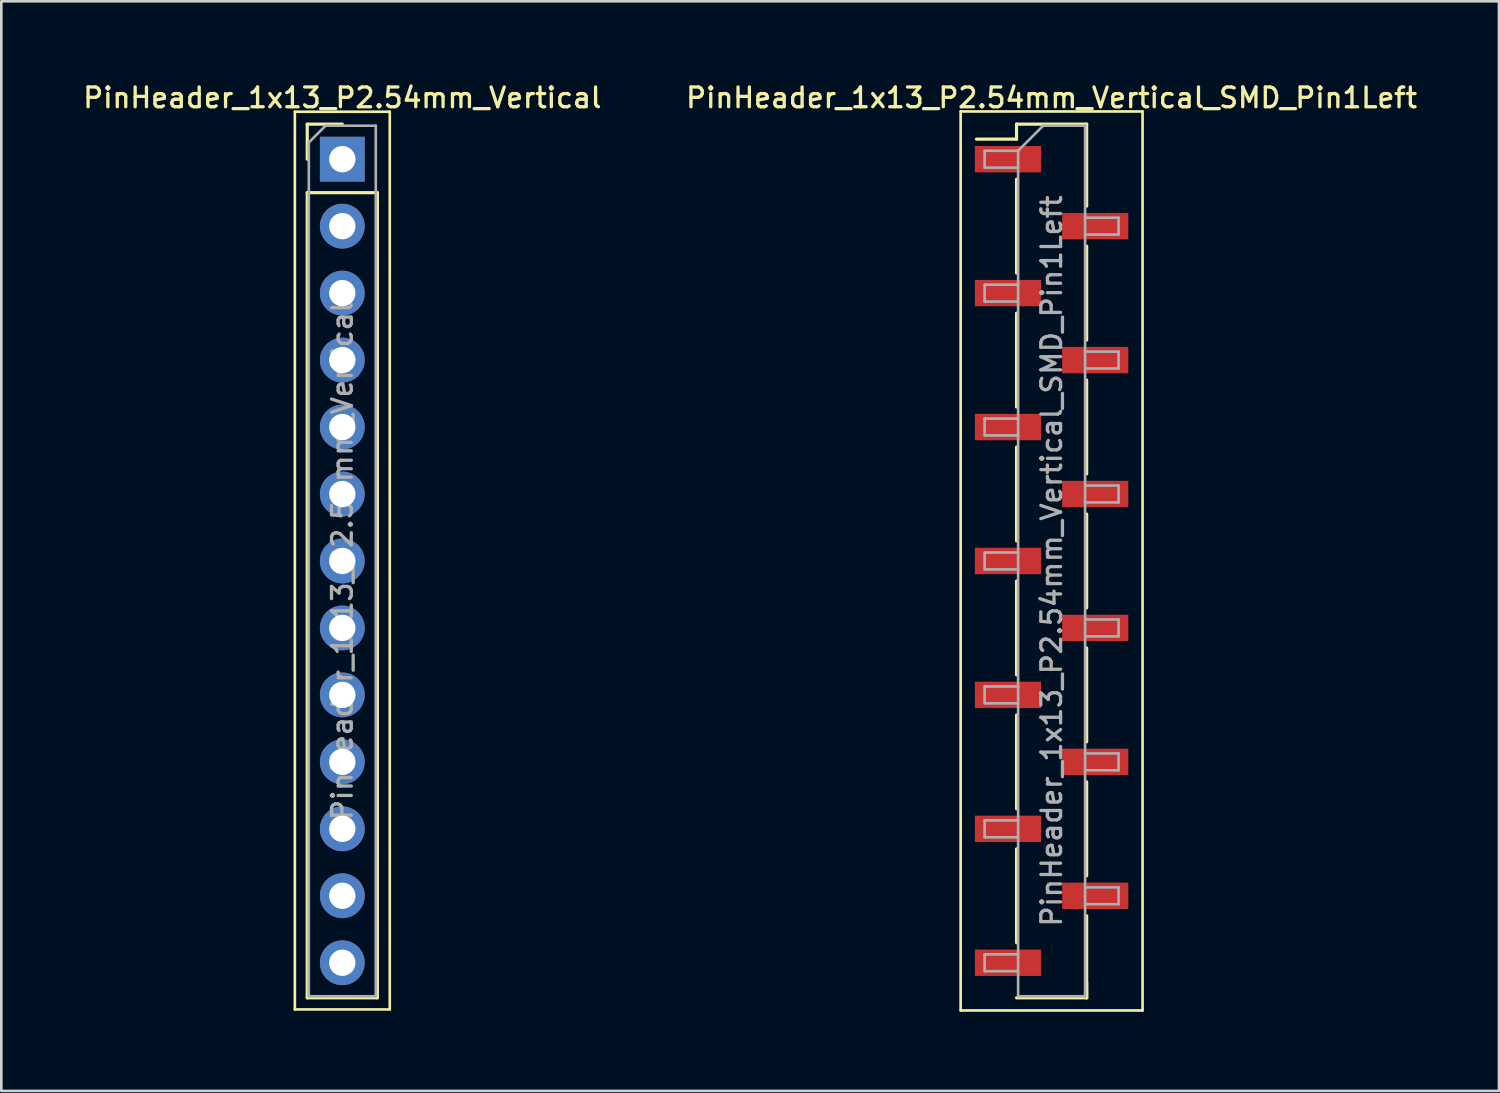
<source format=kicad_pcb>
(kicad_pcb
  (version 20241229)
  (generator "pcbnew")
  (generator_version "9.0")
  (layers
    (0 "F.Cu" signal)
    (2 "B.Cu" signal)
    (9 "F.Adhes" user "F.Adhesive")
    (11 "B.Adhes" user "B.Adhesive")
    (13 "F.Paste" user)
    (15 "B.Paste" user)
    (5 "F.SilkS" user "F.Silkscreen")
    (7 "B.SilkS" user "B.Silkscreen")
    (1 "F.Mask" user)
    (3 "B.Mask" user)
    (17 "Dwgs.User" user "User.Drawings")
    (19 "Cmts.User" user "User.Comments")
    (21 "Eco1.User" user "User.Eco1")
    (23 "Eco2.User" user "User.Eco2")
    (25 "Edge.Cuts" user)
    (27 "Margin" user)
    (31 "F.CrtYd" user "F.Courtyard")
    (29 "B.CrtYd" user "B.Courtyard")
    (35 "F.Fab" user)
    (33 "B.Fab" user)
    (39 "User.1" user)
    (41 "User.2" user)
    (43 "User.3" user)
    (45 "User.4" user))
  (footprint "PinHeader_1x13_P2.54mm_Vertical_SMD_Pin1Left"
    (layer "F.Cu")
    (at 36.838 18.228)
    (property "Reference" "PinHeader_1x13_P2.54mm_Vertical_SMD_Pin1Left" (at 0 -17.57 0) (layer "F.SilkS") (effects (font (size 0.75 0.75) (thickness 0.125))))
    (attr smd)
    (fp_line (start -3.45 -17.05) (end -3.45 17.05) (stroke (width 0.1) (type solid)) (layer "F.SilkS"))
    (fp_line (start -3.45 17.05) (end 3.45 17.05) (stroke (width 0.1) (type solid)) (layer "F.SilkS"))
    (fp_line (start -1.33 -16.57) (end -1.33 -16) (stroke (width 0.12) (type solid)) (layer "F.SilkS"))
    (fp_line (start -1.33 -16.57) (end 1.33 -16.57) (stroke (width 0.12) (type solid)) (layer "F.SilkS"))
    (fp_line (start -1.33 -16) (end -2.85 -16) (stroke (width 0.12) (type solid)) (layer "F.SilkS"))
    (fp_line (start -1.33 -14.48) (end -1.33 -10.92) (stroke (width 0.12) (type solid)) (layer "F.SilkS"))
    (fp_line (start -1.33 -9.4) (end -1.33 -5.84) (stroke (width 0.12) (type solid)) (layer "F.SilkS"))
    (fp_line (start -1.33 -4.32) (end -1.33 -0.76) (stroke (width 0.12) (type solid)) (layer "F.SilkS"))
    (fp_line (start -1.33 0.76) (end -1.33 4.32) (stroke (width 0.12) (type solid)) (layer "F.SilkS"))
    (fp_line (start -1.33 5.84) (end -1.33 9.4) (stroke (width 0.12) (type solid)) (layer "F.SilkS"))
    (fp_line (start -1.33 10.92) (end -1.33 14.48) (stroke (width 0.12) (type solid)) (layer "F.SilkS"))
    (fp_line (start -1.33 16.57) (end 1.33 16.57) (stroke (width 0.12) (type solid)) (layer "F.SilkS"))
    (fp_line (start 1.33 -16.57) (end 1.33 -13.46) (stroke (width 0.12) (type solid)) (layer "F.SilkS"))
    (fp_line (start 1.33 -11.94) (end 1.33 -8.38) (stroke (width 0.12) (type solid)) (layer "F.SilkS"))
    (fp_line (start 1.33 -6.86) (end 1.33 -3.3) (stroke (width 0.12) (type solid)) (layer "F.SilkS"))
    (fp_line (start 1.33 -1.78) (end 1.33 1.78) (stroke (width 0.12) (type solid)) (layer "F.SilkS"))
    (fp_line (start 1.33 3.3) (end 1.33 6.86) (stroke (width 0.12) (type solid)) (layer "F.SilkS"))
    (fp_line (start 1.33 8.38) (end 1.33 11.94) (stroke (width 0.12) (type solid)) (layer "F.SilkS"))
    (fp_line (start 1.33 13.46) (end 1.33 16.57) (stroke (width 0.12) (type solid)) (layer "F.SilkS"))
    (fp_line (start 1.33 16) (end 1.33 16.57) (stroke (width 0.12) (type solid)) (layer "F.SilkS"))
    (fp_line (start 3.45 -17.05) (end -3.45 -17.05) (stroke (width 0.1) (type solid)) (layer "F.SilkS"))
    (fp_line (start 3.45 17.05) (end 3.45 -17.05) (stroke (width 0.1) (type solid)) (layer "F.SilkS"))
    (fp_line (start -2.54 -15.56) (end -2.54 -14.92) (stroke (width 0.1) (type solid)) (layer "F.Fab"))
    (fp_line (start -2.54 -14.92) (end -1.27 -14.92) (stroke (width 0.1) (type solid)) (layer "F.Fab"))
    (fp_line (start -2.54 -10.48) (end -2.54 -9.84) (stroke (width 0.1) (type solid)) (layer "F.Fab"))
    (fp_line (start -2.54 -9.84) (end -1.27 -9.84) (stroke (width 0.1) (type solid)) (layer "F.Fab"))
    (fp_line (start -2.54 -5.4) (end -2.54 -4.76) (stroke (width 0.1) (type solid)) (layer "F.Fab"))
    (fp_line (start -2.54 -4.76) (end -1.27 -4.76) (stroke (width 0.1) (type solid)) (layer "F.Fab"))
    (fp_line (start -2.54 -0.32) (end -2.54 0.32) (stroke (width 0.1) (type solid)) (layer "F.Fab"))
    (fp_line (start -2.54 0.32) (end -1.27 0.32) (stroke (width 0.1) (type solid)) (layer "F.Fab"))
    (fp_line (start -2.54 4.76) (end -2.54 5.4) (stroke (width 0.1) (type solid)) (layer "F.Fab"))
    (fp_line (start -2.54 5.4) (end -1.27 5.4) (stroke (width 0.1) (type solid)) (layer "F.Fab"))
    (fp_line (start -2.54 9.84) (end -2.54 10.48) (stroke (width 0.1) (type solid)) (layer "F.Fab"))
    (fp_line (start -2.54 10.48) (end -1.27 10.48) (stroke (width 0.1) (type solid)) (layer "F.Fab"))
    (fp_line (start -2.54 14.92) (end -2.54 15.56) (stroke (width 0.1) (type solid)) (layer "F.Fab"))
    (fp_line (start -2.54 15.56) (end -1.27 15.56) (stroke (width 0.1) (type solid)) (layer "F.Fab"))
    (fp_line (start -1.27 -15.56) (end -2.54 -15.56) (stroke (width 0.1) (type solid)) (layer "F.Fab"))
    (fp_line (start -1.27 -15.56) (end -0.32 -16.51) (stroke (width 0.1) (type solid)) (layer "F.Fab"))
    (fp_line (start -1.27 -10.48) (end -2.54 -10.48) (stroke (width 0.1) (type solid)) (layer "F.Fab"))
    (fp_line (start -1.27 -5.4) (end -2.54 -5.4) (stroke (width 0.1) (type solid)) (layer "F.Fab"))
    (fp_line (start -1.27 -0.32) (end -2.54 -0.32) (stroke (width 0.1) (type solid)) (layer "F.Fab"))
    (fp_line (start -1.27 4.76) (end -2.54 4.76) (stroke (width 0.1) (type solid)) (layer "F.Fab"))
    (fp_line (start -1.27 9.84) (end -2.54 9.84) (stroke (width 0.1) (type solid)) (layer "F.Fab"))
    (fp_line (start -1.27 14.92) (end -2.54 14.92) (stroke (width 0.1) (type solid)) (layer "F.Fab"))
    (fp_line (start -1.27 16.51) (end -1.27 -15.56) (stroke (width 0.1) (type solid)) (layer "F.Fab"))
    (fp_line (start -0.32 -16.51) (end 1.27 -16.51) (stroke (width 0.1) (type solid)) (layer "F.Fab"))
    (fp_line (start 1.27 -16.51) (end 1.27 16.51) (stroke (width 0.1) (type solid)) (layer "F.Fab"))
    (fp_line (start 1.27 -13.02) (end 2.54 -13.02) (stroke (width 0.1) (type solid)) (layer "F.Fab"))
    (fp_line (start 1.27 -7.94) (end 2.54 -7.94) (stroke (width 0.1) (type solid)) (layer "F.Fab"))
    (fp_line (start 1.27 -2.86) (end 2.54 -2.86) (stroke (width 0.1) (type solid)) (layer "F.Fab"))
    (fp_line (start 1.27 2.22) (end 2.54 2.22) (stroke (width 0.1) (type solid)) (layer "F.Fab"))
    (fp_line (start 1.27 7.3) (end 2.54 7.3) (stroke (width 0.1) (type solid)) (layer "F.Fab"))
    (fp_line (start 1.27 12.38) (end 2.54 12.38) (stroke (width 0.1) (type solid)) (layer "F.Fab"))
    (fp_line (start 1.27 16.51) (end -1.27 16.51) (stroke (width 0.1) (type solid)) (layer "F.Fab"))
    (fp_line (start 2.54 -13.02) (end 2.54 -12.38) (stroke (width 0.1) (type solid)) (layer "F.Fab"))
    (fp_line (start 2.54 -12.38) (end 1.27 -12.38) (stroke (width 0.1) (type solid)) (layer "F.Fab"))
    (fp_line (start 2.54 -7.94) (end 2.54 -7.3) (stroke (width 0.1) (type solid)) (layer "F.Fab"))
    (fp_line (start 2.54 -7.3) (end 1.27 -7.3) (stroke (width 0.1) (type solid)) (layer "F.Fab"))
    (fp_line (start 2.54 -2.86) (end 2.54 -2.22) (stroke (width 0.1) (type solid)) (layer "F.Fab"))
    (fp_line (start 2.54 -2.22) (end 1.27 -2.22) (stroke (width 0.1) (type solid)) (layer "F.Fab"))
    (fp_line (start 2.54 2.22) (end 2.54 2.86) (stroke (width 0.1) (type solid)) (layer "F.Fab"))
    (fp_line (start 2.54 2.86) (end 1.27 2.86) (stroke (width 0.1) (type solid)) (layer "F.Fab"))
    (fp_line (start 2.54 7.3) (end 2.54 7.94) (stroke (width 0.1) (type solid)) (layer "F.Fab"))
    (fp_line (start 2.54 7.94) (end 1.27 7.94) (stroke (width 0.1) (type solid)) (layer "F.Fab"))
    (fp_line (start 2.54 12.38) (end 2.54 13.02) (stroke (width 0.1) (type solid)) (layer "F.Fab"))
    (fp_line (start 2.54 13.02) (end 1.27 13.02) (stroke (width 0.1) (type solid)) (layer "F.Fab"))
    (fp_text user "${REFERENCE}" (at 0 0 90) (layer "F.Fab") (effects (font (size 0.75 0.75) (thickness 0.125))))
    (pad "1" smd rect (at -1.655 -15.24) (size 2.51 1) (layers "F.Cu" "F.Mask" "F.Paste"))
    (pad "2" smd rect (at 1.655 -12.7) (size 2.51 1) (layers "F.Cu" "F.Mask" "F.Paste"))
    (pad "3" smd rect (at -1.655 -10.16) (size 2.51 1) (layers "F.Cu" "F.Mask" "F.Paste"))
    (pad "4" smd rect (at 1.655 -7.62) (size 2.51 1) (layers "F.Cu" "F.Mask" "F.Paste"))
    (pad "5" smd rect (at -1.655 -5.08) (size 2.51 1) (layers "F.Cu" "F.Mask" "F.Paste"))
    (pad "6" smd rect (at 1.655 -2.54) (size 2.51 1) (layers "F.Cu" "F.Mask" "F.Paste"))
    (pad "7" smd rect (at -1.655 0) (size 2.51 1) (layers "F.Cu" "F.Mask" "F.Paste"))
    (pad "8" smd rect (at 1.655 2.54) (size 2.51 1) (layers "F.Cu" "F.Mask" "F.Paste"))
    (pad "9" smd rect (at -1.655 5.08) (size 2.51 1) (layers "F.Cu" "F.Mask" "F.Paste"))
    (pad "10" smd rect (at 1.655 7.62) (size 2.51 1) (layers "F.Cu" "F.Mask" "F.Paste"))
    (pad "11" smd rect (at -1.655 10.16) (size 2.51 1) (layers "F.Cu" "F.Mask" "F.Paste"))
    (pad "12" smd rect (at 1.655 12.7) (size 2.51 1) (layers "F.Cu" "F.Mask" "F.Paste"))
    (pad "13" smd rect (at -1.655 15.24) (size 2.51 1) (layers "F.Cu" "F.Mask" "F.Paste")))
  (footprint "PinHeader_1x13_P2.54mm_Vertical"
    (layer "F.Cu")
    (at 9.934 2.988)
    (property "Reference" "PinHeader_1x13_P2.54mm_Vertical" (at 0 -2.33 0) (layer "F.SilkS") (effects (font (size 0.75 0.75) (thickness 0.125))))
    (attr through_hole)
    (fp_line (start -1.8 -1.8) (end -1.8 32.25) (stroke (width 0.1) (type solid)) (layer "F.SilkS"))
    (fp_line (start -1.8 32.25) (end 1.8 32.25) (stroke (width 0.1) (type solid)) (layer "F.SilkS"))
    (fp_line (start -1.33 -1.33) (end 0 -1.33) (stroke (width 0.12) (type solid)) (layer "F.SilkS"))
    (fp_line (start -1.33 0) (end -1.33 -1.33) (stroke (width 0.12) (type solid)) (layer "F.SilkS"))
    (fp_line (start -1.33 1.27) (end -1.33 31.81) (stroke (width 0.12) (type solid)) (layer "F.SilkS"))
    (fp_line (start -1.33 1.27) (end 1.33 1.27) (stroke (width 0.12) (type solid)) (layer "F.SilkS"))
    (fp_line (start -1.33 31.81) (end 1.33 31.81) (stroke (width 0.12) (type solid)) (layer "F.SilkS"))
    (fp_line (start 1.33 1.27) (end 1.33 31.81) (stroke (width 0.12) (type solid)) (layer "F.SilkS"))
    (fp_line (start 1.8 -1.8) (end -1.8 -1.8) (stroke (width 0.1) (type solid)) (layer "F.SilkS"))
    (fp_line (start 1.8 32.25) (end 1.8 -1.8) (stroke (width 0.1) (type solid)) (layer "F.SilkS"))
    (fp_line (start -1.27 -0.635) (end -0.635 -1.27) (stroke (width 0.1) (type solid)) (layer "F.Fab"))
    (fp_line (start -1.27 31.75) (end -1.27 -0.635) (stroke (width 0.1) (type solid)) (layer "F.Fab"))
    (fp_line (start -0.635 -1.27) (end 1.27 -1.27) (stroke (width 0.1) (type solid)) (layer "F.Fab"))
    (fp_line (start 1.27 -1.27) (end 1.27 31.75) (stroke (width 0.1) (type solid)) (layer "F.Fab"))
    (fp_line (start 1.27 31.75) (end -1.27 31.75) (stroke (width 0.1) (type solid)) (layer "F.Fab"))
    (fp_text user "${REFERENCE}" (at 0 15.24 90) (layer "F.Fab") (effects (font (size 0.75 0.75) (thickness 0.125))))
    (pad "1" thru_hole rect (at 0 0) (size 1.7 1.7) (drill 1) (layers "*.Cu" "*.Mask"))
    (pad "2" thru_hole oval (at 0 2.54) (size 1.7 1.7) (drill 1) (layers "*.Cu" "*.Mask"))
    (pad "3" thru_hole oval (at 0 5.08) (size 1.7 1.7) (drill 1) (layers "*.Cu" "*.Mask"))
    (pad "4" thru_hole oval (at 0 7.62) (size 1.7 1.7) (drill 1) (layers "*.Cu" "*.Mask"))
    (pad "5" thru_hole oval (at 0 10.16) (size 1.7 1.7) (drill 1) (layers "*.Cu" "*.Mask"))
    (pad "6" thru_hole oval (at 0 12.7) (size 1.7 1.7) (drill 1) (layers "*.Cu" "*.Mask"))
    (pad "7" thru_hole oval (at 0 15.24) (size 1.7 1.7) (drill 1) (layers "*.Cu" "*.Mask"))
    (pad "8" thru_hole oval (at 0 17.78) (size 1.7 1.7) (drill 1) (layers "*.Cu" "*.Mask"))
    (pad "9" thru_hole oval (at 0 20.32) (size 1.7 1.7) (drill 1) (layers "*.Cu" "*.Mask"))
    (pad "10" thru_hole oval (at 0 22.86) (size 1.7 1.7) (drill 1) (layers "*.Cu" "*.Mask"))
    (pad "11" thru_hole oval (at 0 25.4) (size 1.7 1.7) (drill 1) (layers "*.Cu" "*.Mask"))
    (pad "12" thru_hole oval (at 0 27.94) (size 1.7 1.7) (drill 1) (layers "*.Cu" "*.Mask"))
    (pad "13" thru_hole oval (at 0 30.48) (size 1.7 1.7) (drill 1) (layers "*.Cu" "*.Mask")))
  (gr_rect
    (start -3 -3)
    (end 53.807 38.328)
    (stroke (width 0.1) (type default))
    (fill no)
    (layer "Edge.Cuts")))
</source>
